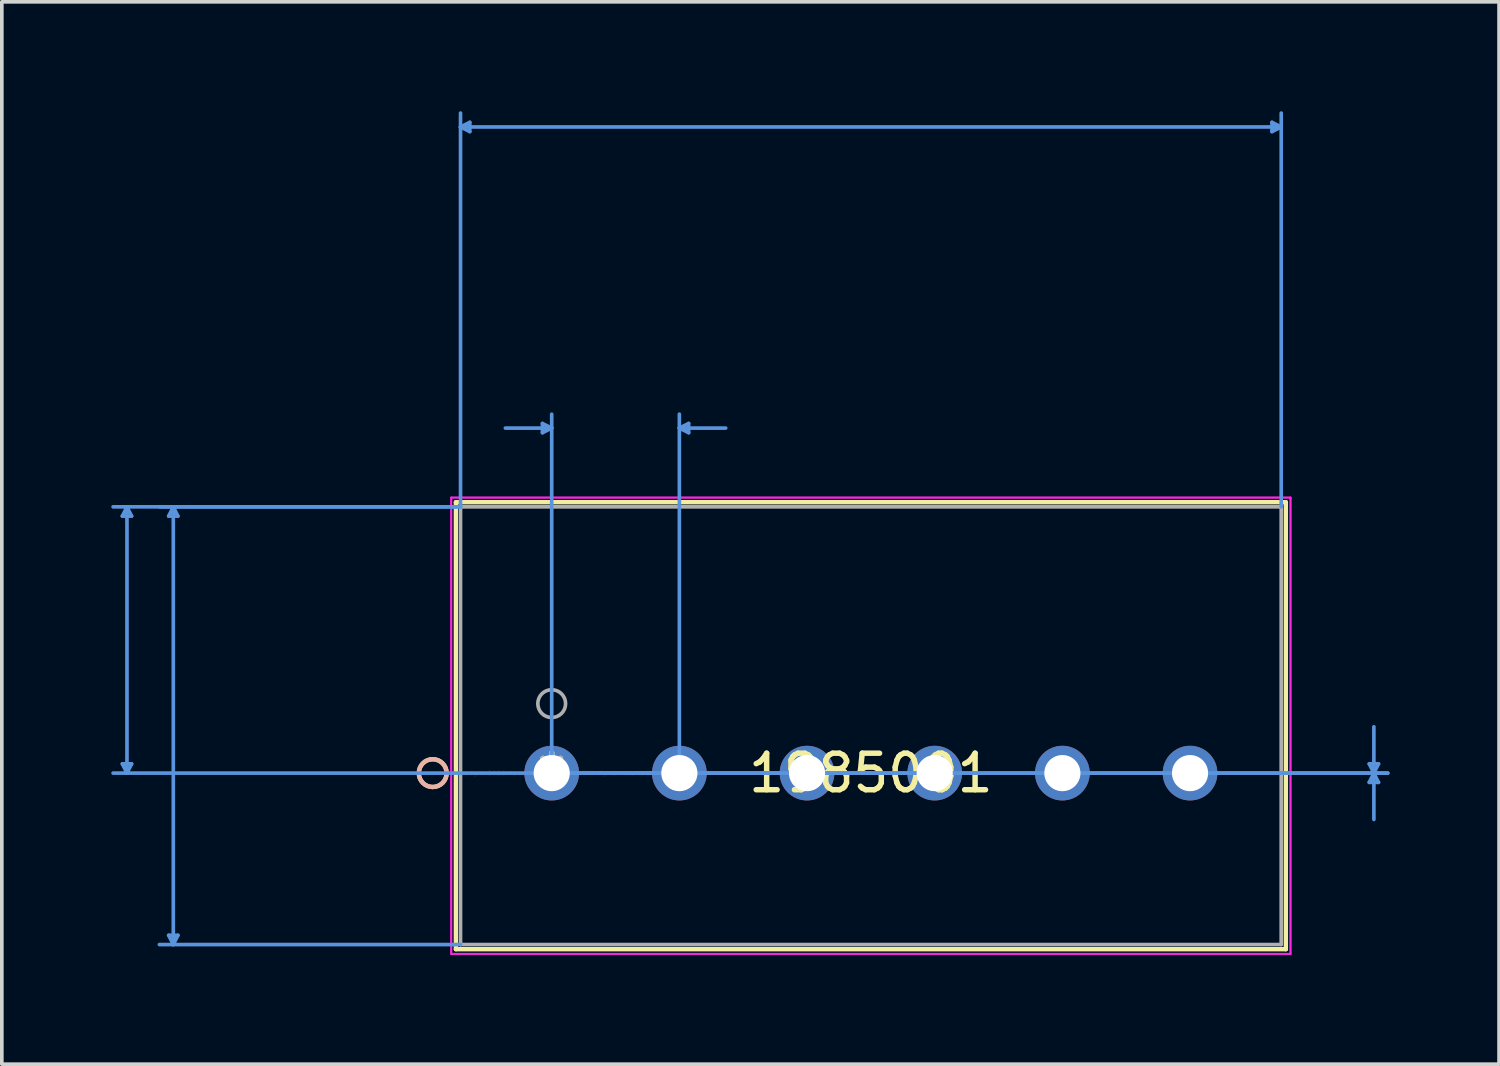
<source format=kicad_pcb>
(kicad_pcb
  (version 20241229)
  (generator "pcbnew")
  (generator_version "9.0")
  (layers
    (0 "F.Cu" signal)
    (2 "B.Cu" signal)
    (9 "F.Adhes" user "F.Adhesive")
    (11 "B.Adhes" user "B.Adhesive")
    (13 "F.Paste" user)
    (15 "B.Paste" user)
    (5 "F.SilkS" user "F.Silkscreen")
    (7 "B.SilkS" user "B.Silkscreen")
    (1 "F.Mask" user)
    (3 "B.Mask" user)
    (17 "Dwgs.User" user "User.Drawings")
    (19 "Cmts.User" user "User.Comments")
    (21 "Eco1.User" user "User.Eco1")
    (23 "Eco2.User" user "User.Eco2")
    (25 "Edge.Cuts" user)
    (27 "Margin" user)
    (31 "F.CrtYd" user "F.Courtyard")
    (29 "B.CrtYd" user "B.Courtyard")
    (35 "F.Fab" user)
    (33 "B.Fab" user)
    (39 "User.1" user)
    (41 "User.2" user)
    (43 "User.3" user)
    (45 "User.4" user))
  (footprint "1985001"
    (layer "F.Cu")
    (at 12.075 18.145)
    (property "Reference" "1985001" (at 8.75 0 0) (layer "F.SilkS") (effects (font (size 1 1) (thickness 0.15))))
    (attr through_hole)
    (fp_line (start -2.627 -7.427) (end -2.627 4.827) (stroke (width 0.12) (type solid)) (layer "F.SilkS"))
    (fp_line (start -2.627 4.827) (end 20.127 4.827) (stroke (width 0.12) (type solid)) (layer "F.SilkS"))
    (fp_line (start 20.127 -7.427) (end -2.627 -7.427) (stroke (width 0.12) (type solid)) (layer "F.SilkS"))
    (fp_line (start 20.127 4.827) (end 20.127 -7.427) (stroke (width 0.12) (type solid)) (layer "F.SilkS"))
    (fp_circle (center -3.262 0) (end -2.881 0) (stroke (width 0.12) (type solid)) (fill no) (layer "F.SilkS"))
    (fp_circle (center -3.262 0) (end -2.881 0) (stroke (width 0.12) (type solid)) (fill no) (layer "B.SilkS"))
    (fp_line (start -11.771 -7.046) (end -11.517 -7.046) (stroke (width 0.1) (type solid)) (layer "Cmts.User"))
    (fp_line (start -11.771 -0.254) (end -11.517 -0.254) (stroke (width 0.1) (type solid)) (layer "Cmts.User"))
    (fp_line (start -11.644 -7.3) (end -11.771 -7.046) (stroke (width 0.1) (type solid)) (layer "Cmts.User"))
    (fp_line (start -11.644 -7.3) (end -11.644 0) (stroke (width 0.1) (type solid)) (layer "Cmts.User"))
    (fp_line (start -11.644 -7.3) (end -11.517 -7.046) (stroke (width 0.1) (type solid)) (layer "Cmts.User"))
    (fp_line (start -11.644 0) (end -11.771 -0.254) (stroke (width 0.1) (type solid)) (layer "Cmts.User"))
    (fp_line (start -11.644 0) (end -11.517 -0.254) (stroke (width 0.1) (type solid)) (layer "Cmts.User"))
    (fp_line (start -10.501 -7.046) (end -10.247 -7.046) (stroke (width 0.1) (type solid)) (layer "Cmts.User"))
    (fp_line (start -10.501 4.446) (end -10.247 4.446) (stroke (width 0.1) (type solid)) (layer "Cmts.User"))
    (fp_line (start -10.374 -7.3) (end -10.501 -7.046) (stroke (width 0.1) (type solid)) (layer "Cmts.User"))
    (fp_line (start -10.374 -7.3) (end -10.374 4.7) (stroke (width 0.1) (type solid)) (layer "Cmts.User"))
    (fp_line (start -10.374 -7.3) (end -10.247 -7.046) (stroke (width 0.1) (type solid)) (layer "Cmts.User"))
    (fp_line (start -10.374 4.7) (end -10.501 4.446) (stroke (width 0.1) (type solid)) (layer "Cmts.User"))
    (fp_line (start -10.374 4.7) (end -10.247 4.446) (stroke (width 0.1) (type solid)) (layer "Cmts.User"))
    (fp_line (start -2.5 -17.714) (end -2.246 -17.841) (stroke (width 0.1) (type solid)) (layer "Cmts.User"))
    (fp_line (start -2.5 -17.714) (end -2.246 -17.587) (stroke (width 0.1) (type solid)) (layer "Cmts.User"))
    (fp_line (start -2.5 -17.714) (end 20 -17.714) (stroke (width 0.1) (type solid)) (layer "Cmts.User"))
    (fp_line (start -2.5 -7.3) (end -12.025 -7.3) (stroke (width 0.1) (type solid)) (layer "Cmts.User"))
    (fp_line (start -2.5 -7.3) (end -10.755 -7.3) (stroke (width 0.1) (type solid)) (layer "Cmts.User"))
    (fp_line (start -2.5 -7.3) (end -2.5 -18.095) (stroke (width 0.1) (type solid)) (layer "Cmts.User"))
    (fp_line (start -2.5 4.7) (end -10.755 4.7) (stroke (width 0.1) (type solid)) (layer "Cmts.User"))
    (fp_line (start -2.246 -17.841) (end -2.246 -17.587) (stroke (width 0.1) (type solid)) (layer "Cmts.User"))
    (fp_line (start -0.254 -9.586) (end -0.254 -9.332) (stroke (width 0.1) (type solid)) (layer "Cmts.User"))
    (fp_line (start 0 -9.459) (end -1.27 -9.459) (stroke (width 0.1) (type solid)) (layer "Cmts.User"))
    (fp_line (start 0 -9.459) (end -0.254 -9.586) (stroke (width 0.1) (type solid)) (layer "Cmts.User"))
    (fp_line (start 0 -9.459) (end -0.254 -9.332) (stroke (width 0.1) (type solid)) (layer "Cmts.User"))
    (fp_line (start 0 0) (end 0 -9.84) (stroke (width 0.1) (type solid)) (layer "Cmts.User"))
    (fp_line (start 0 0) (end 22.921 0) (stroke (width 0.1) (type solid)) (layer "Cmts.User"))
    (fp_line (start 0 0) (end 22.921 0) (stroke (width 0.1) (type solid)) (layer "Cmts.User"))
    (fp_line (start 3.5 -9.459) (end 3.754 -9.586) (stroke (width 0.1) (type solid)) (layer "Cmts.User"))
    (fp_line (start 3.5 -9.459) (end 3.754 -9.332) (stroke (width 0.1) (type solid)) (layer "Cmts.User"))
    (fp_line (start 3.5 -9.459) (end 4.77 -9.459) (stroke (width 0.1) (type solid)) (layer "Cmts.User"))
    (fp_line (start 3.5 0) (end 3.5 -9.84) (stroke (width 0.1) (type solid)) (layer "Cmts.User"))
    (fp_line (start 3.754 -9.586) (end 3.754 -9.332) (stroke (width 0.1) (type solid)) (layer "Cmts.User"))
    (fp_line (start 8.75 0) (end -12.025 0) (stroke (width 0.1) (type solid)) (layer "Cmts.User"))
    (fp_line (start 19.746 -17.841) (end 19.746 -17.587) (stroke (width 0.1) (type solid)) (layer "Cmts.User"))
    (fp_line (start 20 -17.714) (end 19.746 -17.841) (stroke (width 0.1) (type solid)) (layer "Cmts.User"))
    (fp_line (start 20 -17.714) (end 19.746 -17.587) (stroke (width 0.1) (type solid)) (layer "Cmts.User"))
    (fp_line (start 20 -7.3) (end 20 -18.095) (stroke (width 0.1) (type solid)) (layer "Cmts.User"))
    (fp_line (start 22.413 -0.254) (end 22.667 -0.254) (stroke (width 0.1) (type solid)) (layer "Cmts.User"))
    (fp_line (start 22.413 0.254) (end 22.667 0.254) (stroke (width 0.1) (type solid)) (layer "Cmts.User"))
    (fp_line (start 22.54 0) (end 22.413 -0.254) (stroke (width 0.1) (type solid)) (layer "Cmts.User"))
    (fp_line (start 22.54 0) (end 22.413 0.254) (stroke (width 0.1) (type solid)) (layer "Cmts.User"))
    (fp_line (start 22.54 0) (end 22.54 -1.27) (stroke (width 0.1) (type solid)) (layer "Cmts.User"))
    (fp_line (start 22.54 0) (end 22.54 1.27) (stroke (width 0.1) (type solid)) (layer "Cmts.User"))
    (fp_line (start 22.54 0) (end 22.667 -0.254) (stroke (width 0.1) (type solid)) (layer "Cmts.User"))
    (fp_line (start 22.54 0) (end 22.667 0.254) (stroke (width 0.1) (type solid)) (layer "Cmts.User"))
    (fp_line (start -2.754 -7.554) (end -2.754 4.954) (stroke (width 0.05) (type solid)) (layer "F.CrtYd"))
    (fp_line (start -2.754 -7.554) (end -2.754 4.954) (stroke (width 0.05) (type solid)) (layer "F.CrtYd"))
    (fp_line (start -2.754 4.954) (end 20.254 4.954) (stroke (width 0.05) (type solid)) (layer "F.CrtYd"))
    (fp_line (start -2.754 4.954) (end 20.254 4.954) (stroke (width 0.05) (type solid)) (layer "F.CrtYd"))
    (fp_line (start 20.254 -7.554) (end -2.754 -7.554) (stroke (width 0.05) (type solid)) (layer "F.CrtYd"))
    (fp_line (start 20.254 -7.554) (end -2.754 -7.554) (stroke (width 0.05) (type solid)) (layer "F.CrtYd"))
    (fp_line (start 20.254 4.954) (end 20.254 -7.554) (stroke (width 0.05) (type solid)) (layer "F.CrtYd"))
    (fp_line (start 20.254 4.954) (end 20.254 -7.554) (stroke (width 0.05) (type solid)) (layer "F.CrtYd"))
    (fp_line (start -2.5 -7.3) (end -2.5 4.7) (stroke (width 0.1) (type solid)) (layer "F.Fab"))
    (fp_line (start -2.5 4.7) (end 20 4.7) (stroke (width 0.1) (type solid)) (layer "F.Fab"))
    (fp_line (start 20 -7.3) (end -2.5 -7.3) (stroke (width 0.1) (type solid)) (layer "F.Fab"))
    (fp_line (start 20 4.7) (end 20 -7.3) (stroke (width 0.1) (type solid)) (layer "F.Fab"))
    (fp_circle (center 0 -1.905) (end 0.381 -1.905) (stroke (width 0.1) (type solid)) (fill no) (layer "F.Fab"))
    (fp_text user "*" (at 0 0 0) (layer "F.SilkS") (effects (font (size 1 1) (thickness 0.15))))
    (fp_text user "Copyright 2021 Accelerated Designs. All rights reserved." (at 0 0 0) (layer "Cmts.User") (effects (font (size 0.127 0.127) (thickness 0.002))))
    (fp_text user "*" (at 0 0 0) (layer "F.Fab") (effects (font (size 1 1) (thickness 0.15))))
    (pad "1" thru_hole circle (at 0 0) (size 1.499 1.499) (drill 0.991) (layers "*.Cu" "*.Mask"))
    (pad "2" thru_hole circle (at 3.5 0) (size 1.499 1.499) (drill 0.991) (layers "*.Cu" "*.Mask"))
    (pad "3" thru_hole circle (at 7 0) (size 1.499 1.499) (drill 0.991) (layers "*.Cu" "*.Mask"))
    (pad "4" thru_hole circle (at 10.5 0) (size 1.499 1.499) (drill 0.991) (layers "*.Cu" "*.Mask"))
    (pad "5" thru_hole circle (at 14 0) (size 1.499 1.499) (drill 0.991) (layers "*.Cu" "*.Mask"))
    (pad "6" thru_hole circle (at 17.5 0) (size 1.499 1.499) (drill 0.991) (layers "*.Cu" "*.Mask")))
  (gr_rect
    (start -3 -3)
    (end 38.046 26.124)
    (stroke (width 0.1) (type default))
    (fill no)
    (layer "Edge.Cuts")))
</source>
